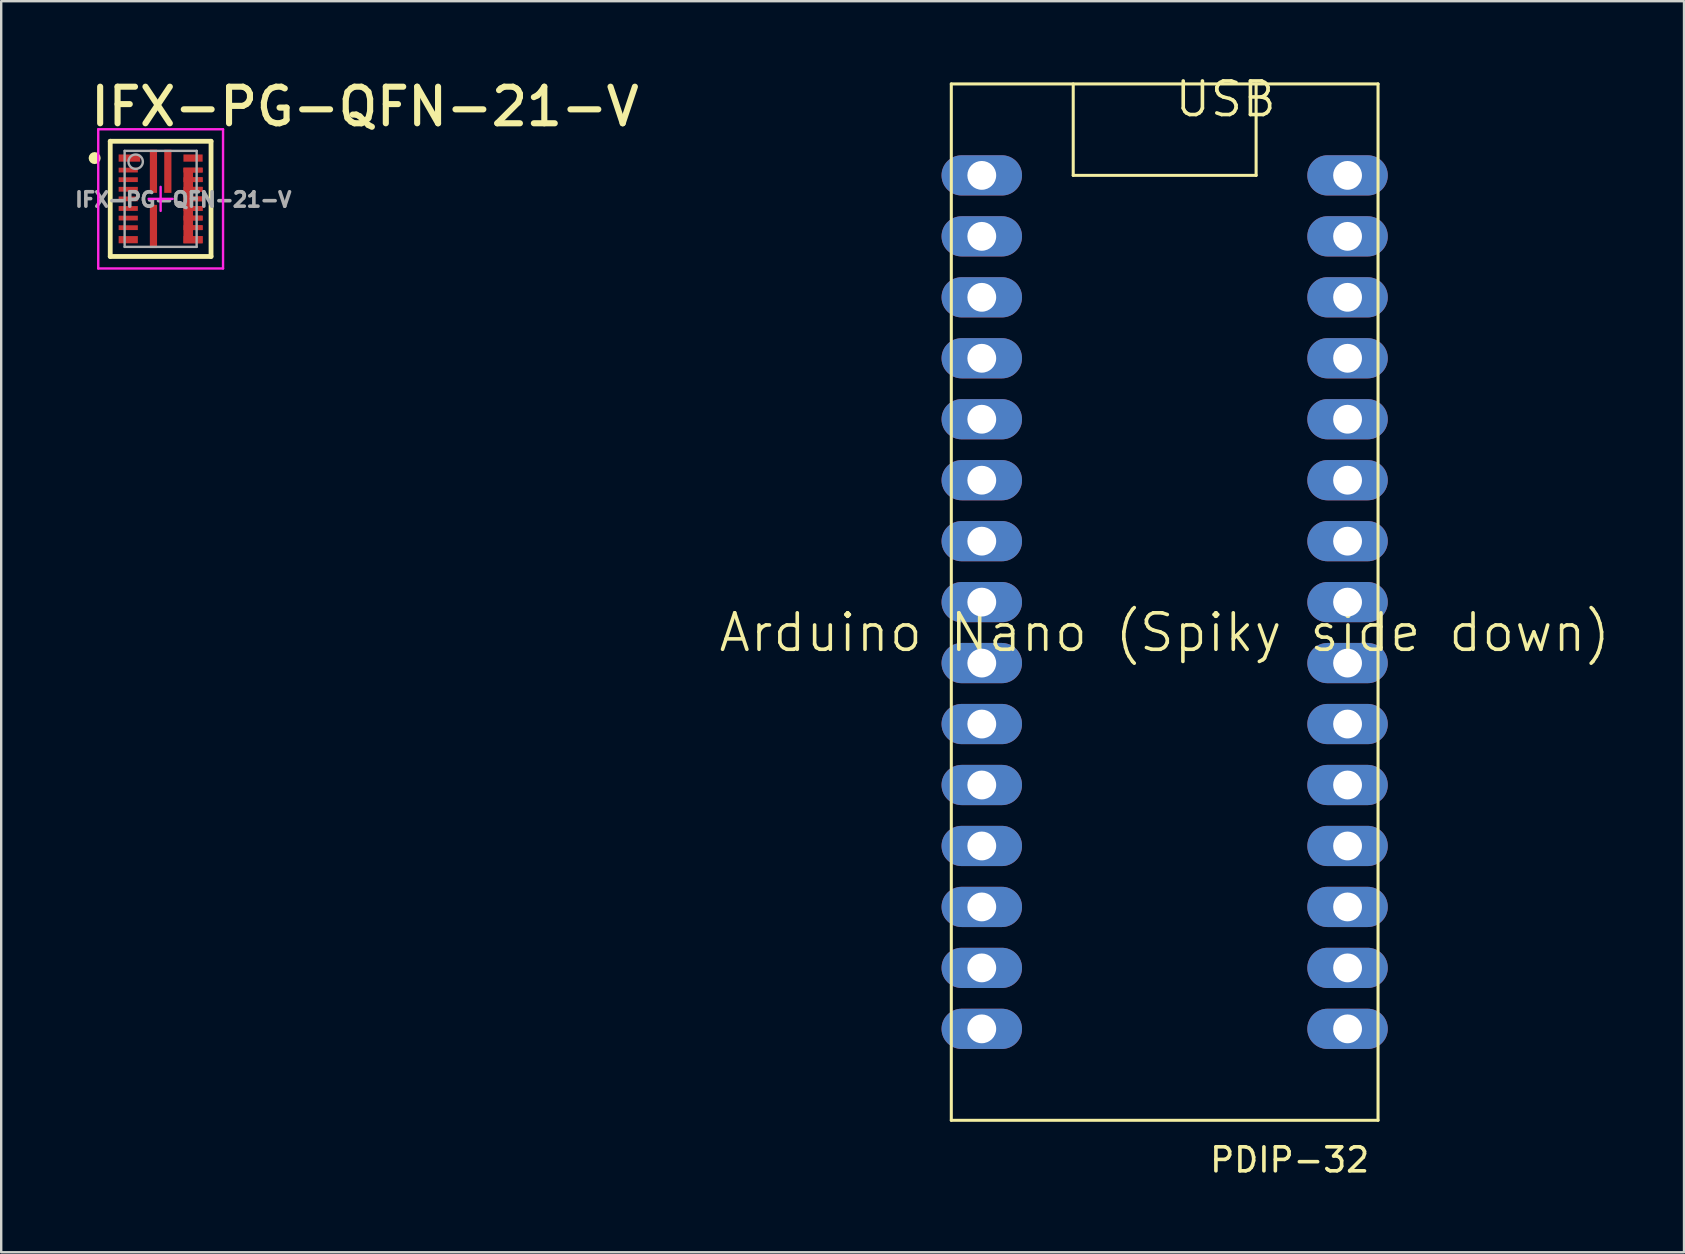
<source format=kicad_pcb>
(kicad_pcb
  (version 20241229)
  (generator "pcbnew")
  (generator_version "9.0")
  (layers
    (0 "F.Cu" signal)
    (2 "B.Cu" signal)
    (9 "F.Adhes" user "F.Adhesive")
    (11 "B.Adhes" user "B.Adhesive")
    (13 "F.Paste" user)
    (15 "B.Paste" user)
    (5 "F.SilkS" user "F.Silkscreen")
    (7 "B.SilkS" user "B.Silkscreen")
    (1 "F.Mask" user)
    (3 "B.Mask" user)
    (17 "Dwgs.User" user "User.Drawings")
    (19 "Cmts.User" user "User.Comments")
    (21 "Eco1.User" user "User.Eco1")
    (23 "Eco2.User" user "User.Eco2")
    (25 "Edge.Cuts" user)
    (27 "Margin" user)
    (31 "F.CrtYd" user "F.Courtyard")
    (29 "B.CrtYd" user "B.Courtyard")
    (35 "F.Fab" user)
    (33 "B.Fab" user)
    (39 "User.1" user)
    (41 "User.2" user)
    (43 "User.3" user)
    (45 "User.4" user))
  (footprint "IFX-PG-QFN-21-V"
    (layer "F.Cu")
    (at 3.643 5.236)
    (property "Reference" "IFX-PG-QFN-21-V" (at -3.05 -2.95 0) (unlocked yes) (layer "F.SilkS") (effects (font (size 1.524 1.524) (thickness 0.254)) (justify left bottom)))
    (fp_poly (pts (xy 1.35 0.7) (xy 1.35 0.5) (xy 1.75 0.5) (xy 1.75 0.3) (xy 1.35 0.3) (xy 1.35 0.1) (xy 1.75 0.1) (xy 1.75 -0.1) (xy 1.35 -0.1) (xy 1.35 -0.3) (xy 1.75 -0.3) (xy 1.75 -0.5) (xy 1.35 -0.5) (xy 1.35 -0.7) (xy 1.75 -0.7) (xy 1.75 -0.9) (xy 1.35 -0.9) (xy 1.35 -1.1) (xy 1.75 -1.1) (xy 1.75 -1.3) (xy 0.95 -1.3) (xy 0.95 1.85) (xy 1.75 1.85) (xy 1.75 1.55) (xy 1.35 1.55) (xy 1.35 1.3) (xy 1.75 1.3) (xy 1.75 1.1) (xy 1.35 1.1) (xy 1.35 0.9) (xy 1.75 0.9) (xy 1.75 0.7)) (stroke (width 0) (type default)) (fill yes) (layer "F.Cu"))
    (fp_poly (pts (xy 1.35 0.7) (xy 1.35 0.5) (xy 1.75 0.5) (xy 1.75 0.3) (xy 1.35 0.3) (xy 1.35 0.1) (xy 1.75 0.1) (xy 1.75 -0.1) (xy 1.35 -0.1) (xy 1.35 -0.3) (xy 1.75 -0.3) (xy 1.75 -0.5) (xy 1.35 -0.5) (xy 1.35 -0.7) (xy 1.75 -0.7) (xy 1.75 -0.9) (xy 1.35 -0.9) (xy 1.35 -1.1) (xy 1.75 -1.1) (xy 1.75 -1.3) (xy 0.95 -1.3) (xy 0.95 1.85) (xy 1.75 1.85) (xy 1.75 1.55) (xy 1.35 1.55) (xy 1.35 1.3) (xy 1.75 1.3) (xy 1.75 1.1) (xy 1.35 1.1) (xy 1.35 0.9) (xy 1.75 0.9) (xy 1.75 0.7)) (stroke (width 0) (type default)) (fill yes) (layer "F.Mask"))
    (fp_line (start -2.1 -2.4) (end 2.1 -2.4) (stroke (width 0.2) (type solid)) (layer "F.SilkS"))
    (fp_line (start -2.1 2.4) (end -2.1 -2.4) (stroke (width 0.2) (type solid)) (layer "F.SilkS"))
    (fp_line (start -2.1 2.4) (end 2.1 2.4) (stroke (width 0.2) (type solid)) (layer "F.SilkS"))
    (fp_line (start 2.1 2.4) (end 2.1 -2.4) (stroke (width 0.2) (type solid)) (layer "F.SilkS"))
    (fp_circle (center -2.75 -1.7) (end -2.75 -1.825) (stroke (width 0.25) (type solid)) (fill no) (layer "F.SilkS"))
    (fp_poly (pts (xy -1.665 -1.55) (xy -0.955 -1.55) (xy -0.955 -1.85) (xy -1.665 -1.85)) (stroke (width 0) (type default)) (fill yes) (layer "F.Paste"))
    (fp_poly (pts (xy -1.665 1.85) (xy -1.665 1.55) (xy -1.035 1.55) (xy -1.035 1.85)) (stroke (width 0) (type default)) (fill yes) (layer "F.Paste"))
    (fp_poly (pts (xy -1.665 -1.1) (xy -1.665 -1.3) (xy -1.035 -1.3) (xy -1.035 -1.1)) (stroke (width 0) (type default)) (fill yes) (layer "F.Paste"))
    (fp_poly (pts (xy -1.665 -0.7) (xy -1.665 -0.9) (xy -1.035 -0.9) (xy -1.035 -0.7)) (stroke (width 0) (type default)) (fill yes) (layer "F.Paste"))
    (fp_poly (pts (xy -1.665 -0.3) (xy -1.665 -0.5) (xy -1.035 -0.5) (xy -1.035 -0.3)) (stroke (width 0) (type default)) (fill yes) (layer "F.Paste"))
    (fp_poly (pts (xy -1.665 0.1) (xy -1.665 -0.1) (xy -1.035 -0.1) (xy -1.035 0.1)) (stroke (width 0) (type default)) (fill yes) (layer "F.Paste"))
    (fp_poly (pts (xy -1.665 0.5) (xy -1.665 0.3) (xy -1.035 0.3) (xy -1.035 0.5)) (stroke (width 0) (type default)) (fill yes) (layer "F.Paste"))
    (fp_poly (pts (xy -1.665 0.9) (xy -1.665 0.7) (xy -1.035 0.7) (xy -1.035 0.9)) (stroke (width 0) (type default)) (fill yes) (layer "F.Paste"))
    (fp_poly (pts (xy -1.665 1.3) (xy -1.665 1.1) (xy -1.035 1.1) (xy -1.035 1.3)) (stroke (width 0) (type default)) (fill yes) (layer "F.Paste"))
    (fp_poly (pts (xy -0.45 -1.285) (xy -0.15 -1.285) (xy -0.15 -1.855) (xy -0.45 -1.855)) (stroke (width 0) (type default)) (fill yes) (layer "F.Paste"))
    (fp_poly (pts (xy -0.45 -0.415) (xy -0.15 -0.415) (xy -0.15 -0.985) (xy -0.45 -0.985)) (stroke (width 0) (type default)) (fill yes) (layer "F.Paste"))
    (fp_poly (pts (xy -0.45 0.415) (xy -0.15 0.415) (xy -0.15 0.985) (xy -0.45 0.985)) (stroke (width 0) (type default)) (fill yes) (layer "F.Paste"))
    (fp_poly (pts (xy -0.45 1.285) (xy -0.15 1.285) (xy -0.15 1.855) (xy -0.45 1.855)) (stroke (width 0) (type default)) (fill yes) (layer "F.Paste"))
    (fp_poly (pts (xy 0.45 -1.285) (xy 0.15 -1.285) (xy 0.15 -1.855) (xy 0.45 -1.855)) (stroke (width 0) (type default)) (fill yes) (layer "F.Paste"))
    (fp_poly (pts (xy 0.45 -0.415) (xy 0.15 -0.415) (xy 0.15 -0.985) (xy 0.45 -0.985)) (stroke (width 0) (type default)) (fill yes) (layer "F.Paste"))
    (fp_poly (pts (xy 1 -1.1) (xy 1 -1.3) (xy 1.7 -1.3) (xy 1.7 -1.1)) (stroke (width 0) (type default)) (fill yes) (layer "F.Paste"))
    (fp_poly (pts (xy 1 -0.7) (xy 1 -0.9) (xy 1.7 -0.9) (xy 1.7 -0.7)) (stroke (width 0) (type default)) (fill yes) (layer "F.Paste"))
    (fp_poly (pts (xy 1 -0.3) (xy 1 -0.5) (xy 1.7 -0.5) (xy 1.7 -0.3)) (stroke (width 0) (type default)) (fill yes) (layer "F.Paste"))
    (fp_poly (pts (xy 1 0.1) (xy 1 -0.1) (xy 1.7 -0.1) (xy 1.7 0.1)) (stroke (width 0) (type default)) (fill yes) (layer "F.Paste"))
    (fp_poly (pts (xy 1 0.5) (xy 1 0.3) (xy 1.7 0.3) (xy 1.7 0.5)) (stroke (width 0) (type default)) (fill yes) (layer "F.Paste"))
    (fp_poly (pts (xy 1 0.9) (xy 1 0.7) (xy 1.7 0.7) (xy 1.7 0.9)) (stroke (width 0) (type default)) (fill yes) (layer "F.Paste"))
    (fp_poly (pts (xy 1 1.3) (xy 1 1.1) (xy 1.7 1.1) (xy 1.7 1.3)) (stroke (width 0) (type default)) (fill yes) (layer "F.Paste"))
    (fp_poly (pts (xy 1 1.85) (xy 1 1.55) (xy 1.7 1.55) (xy 1.7 1.85)) (stroke (width 0) (type default)) (fill yes) (layer "F.Paste"))
    (fp_poly (pts (xy 1.665 -1.85) (xy 1.665 -1.55) (xy 1.035 -1.55) (xy 1.035 -1.85)) (stroke (width 0) (type default)) (fill yes) (layer "F.Paste"))
    (fp_line (start -2.6 -2.9) (end 2.6 -2.9) (stroke (width 0.1) (type solid)) (layer "F.CrtYd"))
    (fp_line (start -2.6 2.9) (end 2.6 2.9) (stroke (width 0.1) (type solid)) (layer "F.CrtYd"))
    (fp_line (start -2.6 2.9) (end -2.6 -2.9) (stroke (width 0.1) (type solid)) (layer "F.CrtYd"))
    (fp_line (start -0.5 0) (end 0.5 0) (stroke (width 0.1) (type solid)) (layer "F.CrtYd"))
    (fp_line (start 0 0.5) (end 0 -0.5) (stroke (width 0.1) (type solid)) (layer "F.CrtYd"))
    (fp_line (start 2.6 2.9) (end 2.6 -2.9) (stroke (width 0.1) (type solid)) (layer "F.CrtYd"))
    (fp_line (start -1.5 -2) (end 1.5 -2) (stroke (width 0.1) (type solid)) (layer "F.Fab"))
    (fp_line (start -1.5 2) (end -1.5 -2) (stroke (width 0.1) (type solid)) (layer "F.Fab"))
    (fp_line (start -1.5 2) (end 1.5 2) (stroke (width 0.1) (type solid)) (layer "F.Fab"))
    (fp_line (start 1.5 2) (end 1.5 -2) (stroke (width 0.1) (type solid)) (layer "F.Fab"))
    (fp_circle (center -1.041 -1.549) (end -0.741 -1.549) (stroke (width 0.1) (type solid)) (fill no) (layer "F.Fab"))
    (fp_text user "${REFERENCE}" (at -3.643 0.385 0) (unlocked yes) (layer "F.Fab") (effects (font (size 0.6 0.6) (thickness 0.15)) (justify left bottom)))
    (pad "1" smd rect (at -1.3 -1.7 270) (size 0.3 0.9) (layers "F.Cu" "F.Mask" "F.Paste"))
    (pad "2" smd rect (at -1.35 -1.2 270) (size 0.2 0.8) (layers "F.Cu" "F.Mask" "F.Paste"))
    (pad "3" smd rect (at -1.35 -0.8 270) (size 0.2 0.8) (layers "F.Cu" "F.Mask" "F.Paste"))
    (pad "4" smd rect (at -1.35 -0.4 270) (size 0.2 0.8) (layers "F.Cu" "F.Mask" "F.Paste"))
    (pad "5" smd rect (at -1.35 0 270) (size 0.2 0.8) (layers "F.Cu" "F.Mask" "F.Paste"))
    (pad "6" smd rect (at -1.35 0.4 270) (size 0.2 0.8) (layers "F.Cu" "F.Mask" "F.Paste"))
    (pad "7" smd rect (at -1.35 0.8 270) (size 0.2 0.8) (layers "F.Cu" "F.Mask" "F.Paste"))
    (pad "8" smd rect (at -1.35 1.2 270) (size 0.2 0.8) (layers "F.Cu" "F.Mask" "F.Paste"))
    (pad "9" smd rect (at -1.35 1.7 270) (size 0.3 0.8) (layers "F.Cu" "F.Mask" "F.Paste"))
    (pad "10" smd rect (at -0.3 1.15) (size 0.3 1.8) (layers "F.Cu" "F.Mask" "F.Paste"))
    (pad "11" smd rect (at 1.35 1.7 270) (size 0.3 0.8) (layers "F.Cu" "F.Mask" "F.Paste"))
    (pad "12" smd rect (at 1.35 1.2 270) (size 0.2 0.8) (layers "F.Cu" "F.Mask" "F.Paste"))
    (pad "13" smd rect (at 1.35 0.8 270) (size 0.2 0.8) (layers "F.Cu" "F.Mask" "F.Paste"))
    (pad "14" smd rect (at 1.35 0.4 270) (size 0.2 0.8) (layers "F.Cu" "F.Mask" "F.Paste"))
    (pad "15" smd rect (at 1.35 0 270) (size 0.2 0.8) (layers "F.Cu" "F.Mask" "F.Paste"))
    (pad "16" smd rect (at 1.35 -0.4 270) (size 0.2 0.8) (layers "F.Cu" "F.Mask" "F.Paste"))
    (pad "17" smd rect (at 1.35 -0.8 270) (size 0.2 0.8) (layers "F.Cu" "F.Mask" "F.Paste"))
    (pad "18" smd rect (at 1.35 -1.2 270) (size 0.2 0.8) (layers "F.Cu" "F.Mask" "F.Paste"))
    (pad "19" smd rect (at 1.35 -1.7 270) (size 0.3 0.8) (layers "F.Cu" "F.Mask" "F.Paste"))
    (pad "20" smd rect (at 0.3 -1.15 180) (size 0.3 1.8) (layers "F.Cu" "F.Mask" "F.Paste"))
    (pad "21" smd rect (at -0.3 -1.15) (size 0.3 1.8) (layers "F.Cu" "F.Mask" "F.Paste")))
  (footprint "PDIP-32"
    (layer "F.Cu")
    (at 45.476 0.447)
    (property "Reference" "PDIP-32" (at 5.207 44.831 0) (layer "F.SilkS") (effects (font (size 1 1) (thickness 0.15))))
    (attr through_hole)
    (fp_line (start -8.89 0) (end 8.89 0) (stroke (width 0.127) (type solid)) (layer "F.SilkS"))
    (fp_line (start -8.89 43.18) (end -8.89 0) (stroke (width 0.127) (type solid)) (layer "F.SilkS"))
    (fp_line (start -3.81 3.81) (end -3.81 0) (stroke (width 0.127) (type solid)) (layer "F.SilkS"))
    (fp_line (start 3.81 0) (end 3.81 3.81) (stroke (width 0.127) (type solid)) (layer "F.SilkS"))
    (fp_line (start 3.81 3.81) (end -3.81 3.81) (stroke (width 0.127) (type solid)) (layer "F.SilkS"))
    (fp_line (start 8.89 0) (end 8.89 43.18) (stroke (width 0.127) (type solid)) (layer "F.SilkS"))
    (fp_line (start 8.89 43.18) (end -8.89 43.18) (stroke (width 0.127) (type solid)) (layer "F.SilkS"))
    (fp_text user "Arduino Nano (Spiky side down)" (at 0 22.86 0) (layer "F.SilkS") (effects (font (size 1.52 1.52) (thickness 0.15))))
    (fp_text user "USB" (at 2.54 0.635 0) (layer "F.SilkS") (effects (font (size 1.4 1.4) (thickness 0.15))))
    (pad "+5V" thru_hole oval (at -7.62 31.75) (size 3.353 1.676) (drill 1.2) (layers "*.Cu" "*.Mask"))
    (pad "3V3" thru_hole oval (at -7.62 6.35) (size 3.353 1.676) (drill 1.2) (layers "*.Cu" "*.Mask"))
    (pad "A0" thru_hole oval (at -7.62 29.21) (size 3.353 1.676) (drill 1.2) (layers "*.Cu" "*.Mask"))
    (pad "A1" thru_hole oval (at -7.62 26.67) (size 3.353 1.676) (drill 1.2) (layers "*.Cu" "*.Mask"))
    (pad "A2" thru_hole oval (at -7.62 24.13) (size 3.353 1.676) (drill 1.2) (layers "*.Cu" "*.Mask"))
    (pad "A3" thru_hole oval (at -7.62 21.59) (size 3.353 1.676) (drill 1.2) (layers "*.Cu" "*.Mask"))
    (pad "A4" thru_hole oval (at -7.62 19.05) (size 3.353 1.676) (drill 1.2) (layers "*.Cu" "*.Mask"))
    (pad "A5" thru_hole oval (at -7.62 16.51) (size 3.353 1.676) (drill 1.2) (layers "*.Cu" "*.Mask"))
    (pad "A6" thru_hole oval (at -7.62 13.97) (size 3.353 1.676) (drill 1.2) (layers "*.Cu" "*.Mask"))
    (pad "A7" thru_hole oval (at -7.62 11.43) (size 3.353 1.676) (drill 1.2) (layers "*.Cu" "*.Mask"))
    (pad "AREF" thru_hole oval (at -7.62 8.89) (size 3.353 1.676) (drill 1.2) (layers "*.Cu" "*.Mask"))
    (pad "D0/RX" thru_hole oval (at 7.62 36.83) (size 3.353 1.676) (drill 1.2) (layers "*.Cu" "*.Mask"))
    (pad "D1/TX" thru_hole oval (at 7.62 39.37) (size 3.353 1.676) (drill 1.2) (layers "*.Cu" "*.Mask"))
    (pad "D2" thru_hole oval (at 7.62 29.21) (size 3.353 1.676) (drill 1.2) (layers "*.Cu" "*.Mask"))
    (pad "D3" thru_hole oval (at 7.62 26.67) (size 3.353 1.676) (drill 1.2) (layers "*.Cu" "*.Mask"))
    (pad "D4" thru_hole oval (at 7.62 24.13) (size 3.353 1.676) (drill 1.2) (layers "*.Cu" "*.Mask"))
    (pad "D5" thru_hole oval (at 7.62 21.59) (size 3.353 1.676) (drill 1.2) (layers "*.Cu" "*.Mask"))
    (pad "D6" thru_hole oval (at 7.62 19.05) (size 3.353 1.676) (drill 1.2) (layers "*.Cu" "*.Mask"))
    (pad "D7" thru_hole oval (at 7.62 16.51) (size 3.353 1.676) (drill 1.2) (layers "*.Cu" "*.Mask"))
    (pad "D8" thru_hole oval (at 7.62 13.97) (size 3.353 1.676) (drill 1.2) (layers "*.Cu" "*.Mask"))
    (pad "D9" thru_hole oval (at 7.62 11.43) (size 3.353 1.676) (drill 1.2) (layers "*.Cu" "*.Mask"))
    (pad "D10" thru_hole oval (at 7.62 8.89) (size 3.353 1.676) (drill 1.2) (layers "*.Cu" "*.Mask"))
    (pad "D11" thru_hole oval (at 7.62 6.35) (size 3.353 1.676) (drill 1.2) (layers "*.Cu" "*.Mask"))
    (pad "D12" thru_hole oval (at 7.62 3.81) (size 3.353 1.676) (drill 1.2) (layers "*.Cu" "*.Mask"))
    (pad "D13" thru_hole oval (at -7.62 3.81) (size 3.353 1.676) (drill 1.2) (layers "*.Cu" "*.Mask"))
    (pad "GND" thru_hole oval (at 7.62 31.75) (size 3.353 1.676) (drill 1.2) (layers "*.Cu" "*.Mask"))
    (pad "GND1" thru_hole oval (at -7.62 36.83) (size 3.353 1.676) (drill 1.2) (layers "*.Cu" "*.Mask"))
    (pad "RESET" thru_hole oval (at 7.62 34.29) (size 3.353 1.676) (drill 1.2) (layers "*.Cu" "*.Mask"))
    (pad "RESET1" thru_hole oval (at -7.62 34.29) (size 3.353 1.676) (drill 1.2) (layers "*.Cu" "*.Mask"))
    (pad "VIN" thru_hole oval (at -7.62 39.37) (size 3.353 1.676) (drill 1.2) (layers "*.Cu" "*.Mask")))
  (gr_rect
    (start -3 -3)
    (end 67.115 49.127)
    (stroke (width 0.1) (type default))
    (fill no)
    (layer "Edge.Cuts")))
</source>
